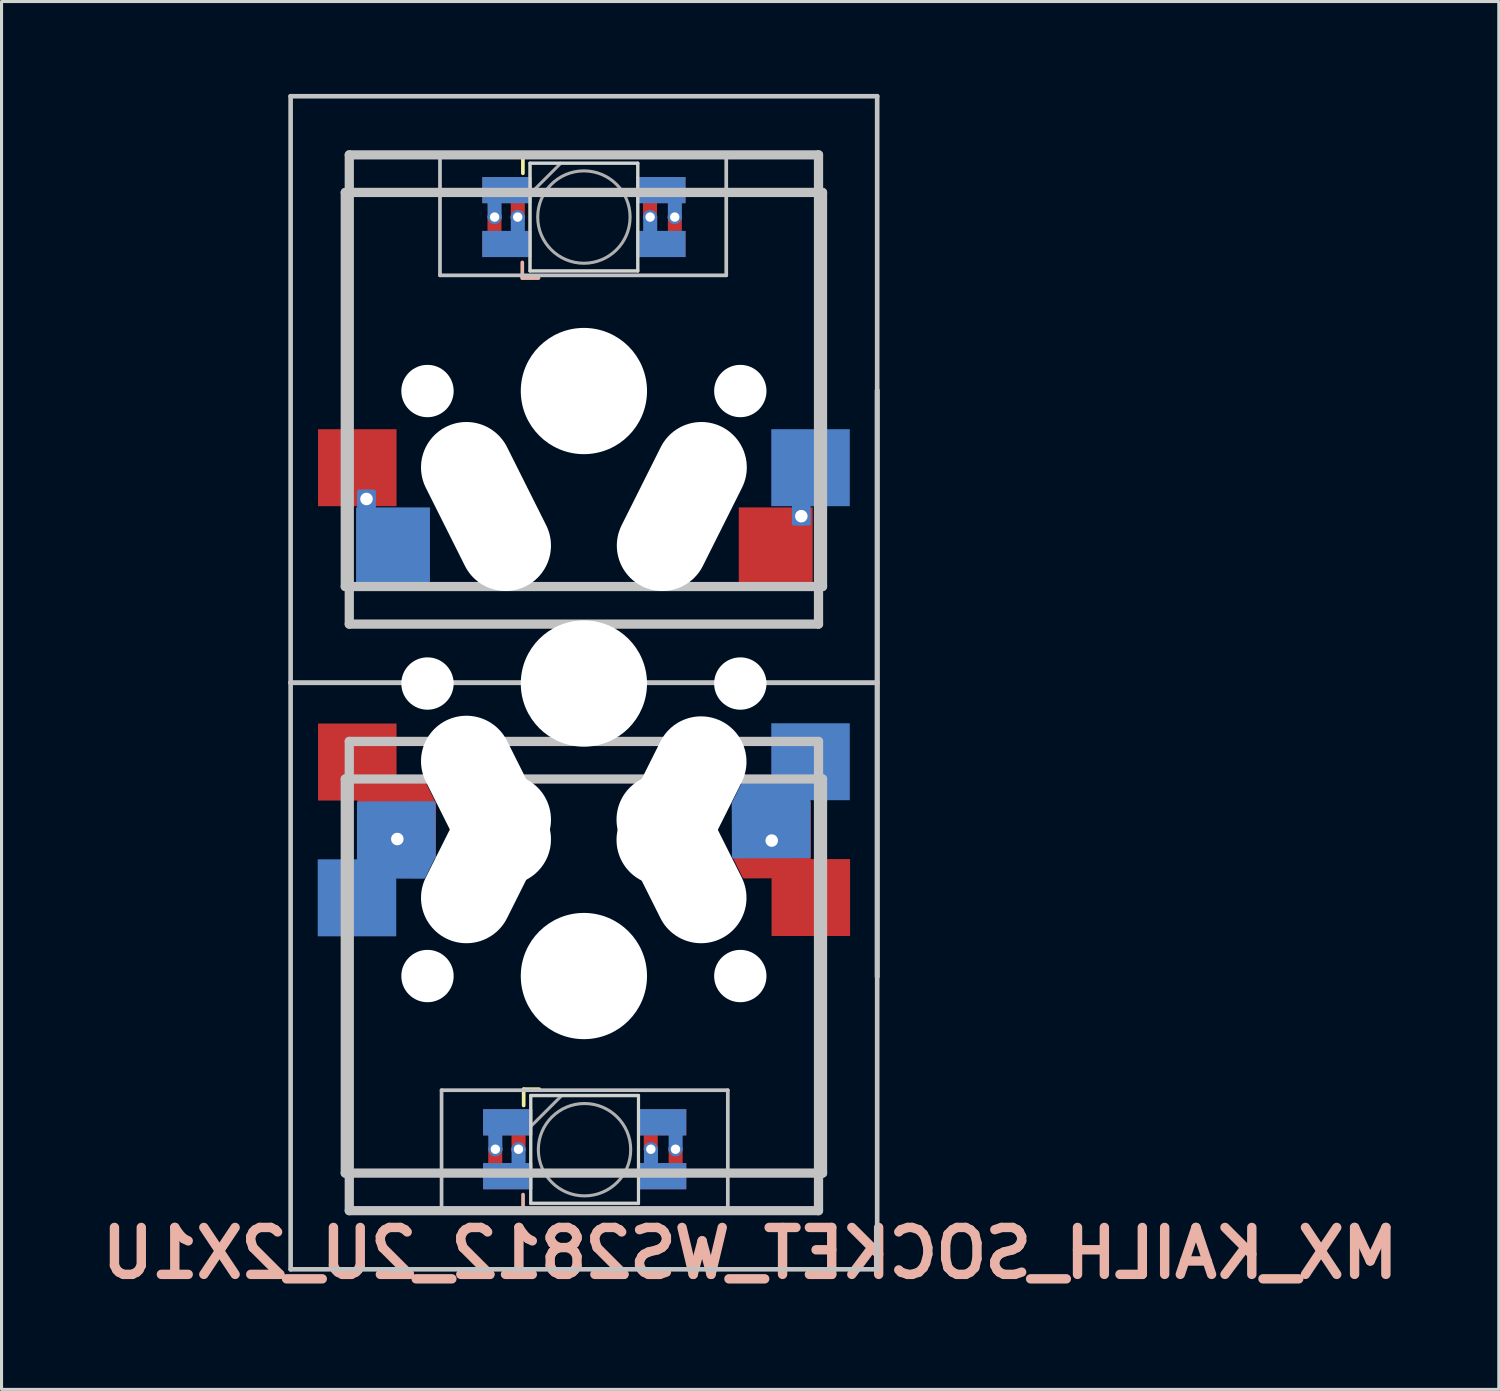
<source format=kicad_pcb>
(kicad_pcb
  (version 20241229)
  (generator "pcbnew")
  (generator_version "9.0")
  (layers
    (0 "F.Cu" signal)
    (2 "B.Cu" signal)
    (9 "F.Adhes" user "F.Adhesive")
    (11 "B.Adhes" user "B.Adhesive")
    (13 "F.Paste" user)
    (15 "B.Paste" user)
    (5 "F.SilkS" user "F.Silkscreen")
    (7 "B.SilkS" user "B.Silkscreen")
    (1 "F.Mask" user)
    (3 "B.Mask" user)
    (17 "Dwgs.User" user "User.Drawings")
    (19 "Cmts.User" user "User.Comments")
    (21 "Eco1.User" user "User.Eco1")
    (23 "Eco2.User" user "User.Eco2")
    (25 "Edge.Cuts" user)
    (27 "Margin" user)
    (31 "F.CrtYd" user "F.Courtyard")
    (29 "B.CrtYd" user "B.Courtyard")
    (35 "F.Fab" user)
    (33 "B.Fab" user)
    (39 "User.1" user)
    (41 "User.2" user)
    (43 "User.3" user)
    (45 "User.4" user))
  (footprint "MX_KAILH_SOCKET_WS2812_2U_2X1U"
    (layer "F.Cu")
    (at 15.914 19.15)
    (property "Reference" "MX_KAILH_SOCKET_WS2812_2U_2X1U" (at 5.4 18.5 0) (layer "B.SilkS") (effects (font (size 1.524 1.524) (thickness 0.305)) (justify mirror)))
    (attr through_hole)
    (fp_poly (pts (xy -1.75 -15.65) (xy -3.25 -15.65) (xy -3.25 -16.4) (xy -1.75 -16.4)) (stroke (width 0.1) (type solid)) (fill yes) (layer "F.Mask"))
    (fp_poly (pts (xy -1.75 -13.9) (xy -3.25 -13.9) (xy -3.25 -14.65) (xy -1.75 -14.65)) (stroke (width 0.1) (type solid)) (fill yes) (layer "F.Mask"))
    (fp_poly (pts (xy -1.725 14.625) (xy -3.225 14.625) (xy -3.225 13.875) (xy -1.725 13.875)) (stroke (width 0.1) (type solid)) (fill yes) (layer "F.Mask"))
    (fp_poly (pts (xy -1.725 16.375) (xy -3.225 16.375) (xy -3.225 15.625) (xy -1.725 15.625)) (stroke (width 0.1) (type solid)) (fill yes) (layer "F.Mask"))
    (fp_poly (pts (xy 3.25 -15.65) (xy 1.75 -15.65) (xy 1.75 -16.4) (xy 3.25 -16.4)) (stroke (width 0.1) (type solid)) (fill yes) (layer "F.Mask"))
    (fp_poly (pts (xy 3.25 -13.9) (xy 1.75 -13.9) (xy 1.75 -14.65) (xy 3.25 -14.65)) (stroke (width 0.1) (type solid)) (fill yes) (layer "F.Mask"))
    (fp_poly (pts (xy 3.275 14.625) (xy 1.775 14.625) (xy 1.775 13.875) (xy 3.275 13.875)) (stroke (width 0.1) (type solid)) (fill yes) (layer "F.Mask"))
    (fp_poly (pts (xy 3.275 16.375) (xy 1.775 16.375) (xy 1.775 15.625) (xy 3.275 15.625)) (stroke (width 0.1) (type solid)) (fill yes) (layer "F.Mask"))
    (fp_poly (pts (xy -6.807 5.792) (xy -7.315 5.792) (xy -7.315 5.131) (xy -6.807 5.131)) (stroke (width 0.1) (type solid)) (fill yes) (layer "B.Cu"))
    (fp_poly (pts (xy -5.05 -3.296) (xy -7.361 -3.29) (xy -7.361 -5.69) (xy -5.05 -5.697)) (stroke (width 0.1) (type solid)) (fill yes) (layer "B.Mask"))
    (fp_poly (pts (xy -1.75 -15.65) (xy -3.25 -15.65) (xy -3.25 -16.4) (xy -1.75 -16.4)) (stroke (width 0.1) (type solid)) (fill yes) (layer "B.Mask"))
    (fp_poly (pts (xy -1.75 -13.9) (xy -3.25 -13.9) (xy -3.25 -14.65) (xy -1.75 -14.65)) (stroke (width 0.1) (type solid)) (fill yes) (layer "B.Mask"))
    (fp_poly (pts (xy -1.725 14.625) (xy -3.225 14.625) (xy -3.225 13.875) (xy -1.725 13.875)) (stroke (width 0.1) (type solid)) (fill yes) (layer "B.Mask"))
    (fp_poly (pts (xy -1.725 16.375) (xy -3.225 16.375) (xy -3.225 15.625) (xy -1.725 15.625)) (stroke (width 0.1) (type solid)) (fill yes) (layer "B.Mask"))
    (fp_poly (pts (xy 3.25 -15.65) (xy 1.75 -15.65) (xy 1.75 -16.4) (xy 3.25 -16.4)) (stroke (width 0.1) (type solid)) (fill yes) (layer "B.Mask"))
    (fp_poly (pts (xy 3.25 -13.9) (xy 1.75 -13.9) (xy 1.75 -14.65) (xy 3.25 -14.65)) (stroke (width 0.1) (type solid)) (fill yes) (layer "B.Mask"))
    (fp_poly (pts (xy 3.275 14.625) (xy 1.775 14.625) (xy 1.775 13.875) (xy 3.275 13.875)) (stroke (width 0.1) (type solid)) (fill yes) (layer "B.Mask"))
    (fp_poly (pts (xy 3.275 16.375) (xy 1.775 16.375) (xy 1.775 15.625) (xy 3.275 15.625)) (stroke (width 0.1) (type solid)) (fill yes) (layer "B.Mask"))
    (fp_poly (pts (xy 8.585 -5.806) (xy 6.134 -5.8) (xy 6.134 -8.2) (xy 8.585 -8.207)) (stroke (width 0.1) (type solid)) (fill yes) (layer "B.Mask"))
    (fp_line (start -1.981 -17.1) (end -1.981 -16.572) (stroke (width 0.12) (type solid)) (layer "F.SilkS"))
    (fp_line (start -1.956 13.175) (end -1.956 13.703) (stroke (width 0.12) (type solid)) (layer "F.SilkS"))
    (fp_line (start -1.473 -17.1) (end -1.981 -17.1) (stroke (width 0.12) (type solid)) (layer "F.SilkS"))
    (fp_line (start -1.448 13.175) (end -1.956 13.175) (stroke (width 0.12) (type solid)) (layer "F.SilkS"))
    (fp_line (start -2.001 -13.677) (end -2.001 -13.169) (stroke (width 0.12) (type solid)) (layer "B.SilkS"))
    (fp_line (start -2.001 -13.169) (end -1.473 -13.169) (stroke (width 0.12) (type solid)) (layer "B.SilkS"))
    (fp_line (start -1.976 16.598) (end -1.976 17.106) (stroke (width 0.12) (type solid)) (layer "B.SilkS"))
    (fp_line (start -1.976 17.106) (end -1.448 17.106) (stroke (width 0.12) (type solid)) (layer "B.SilkS"))
    (fp_poly (pts (xy -1.75 -15.65) (xy -3.25 -15.65) (xy -3.25 -16.4) (xy -1.75 -16.4)) (stroke (width 0.1) (type solid)) (fill yes) (layer "F.Paste"))
    (fp_poly (pts (xy -1.75 -13.897) (xy -3.25 -13.897) (xy -3.25 -14.647) (xy -1.75 -14.647)) (stroke (width 0.1) (type solid)) (fill yes) (layer "F.Paste"))
    (fp_poly (pts (xy -1.725 14.625) (xy -3.225 14.625) (xy -3.225 13.875) (xy -1.725 13.875)) (stroke (width 0.1) (type solid)) (fill yes) (layer "F.Paste"))
    (fp_poly (pts (xy -1.725 16.378) (xy -3.225 16.378) (xy -3.225 15.628) (xy -1.725 15.628)) (stroke (width 0.1) (type solid)) (fill yes) (layer "F.Paste"))
    (fp_poly (pts (xy 3.245 -15.65) (xy 1.745 -15.65) (xy 1.745 -16.4) (xy 3.245 -16.4)) (stroke (width 0.1) (type solid)) (fill yes) (layer "F.Paste"))
    (fp_poly (pts (xy 3.245 -13.897) (xy 1.745 -13.897) (xy 1.745 -14.647) (xy 3.245 -14.647)) (stroke (width 0.1) (type solid)) (fill yes) (layer "F.Paste"))
    (fp_poly (pts (xy 3.27 14.625) (xy 1.77 14.625) (xy 1.77 13.875) (xy 3.27 13.875)) (stroke (width 0.1) (type solid)) (fill yes) (layer "F.Paste"))
    (fp_poly (pts (xy 3.27 16.378) (xy 1.77 16.378) (xy 1.77 15.628) (xy 3.27 15.628)) (stroke (width 0.1) (type solid)) (fill yes) (layer "F.Paste"))
    (fp_poly (pts (xy -5.05 -3.296) (xy -7.351 -3.29) (xy -7.351 -5.69) (xy -5.05 -5.697)) (stroke (width 0.1) (type solid)) (fill yes) (layer "B.Paste"))
    (fp_poly (pts (xy -1.75 -15.65) (xy -3.25 -15.65) (xy -3.25 -16.4) (xy -1.75 -16.4)) (stroke (width 0.1) (type solid)) (fill yes) (layer "B.Paste"))
    (fp_poly (pts (xy -1.75 -13.897) (xy -3.25 -13.897) (xy -3.25 -14.647) (xy -1.75 -14.647)) (stroke (width 0.1) (type solid)) (fill yes) (layer "B.Paste"))
    (fp_poly (pts (xy -1.725 14.625) (xy -3.225 14.625) (xy -3.225 13.875) (xy -1.725 13.875)) (stroke (width 0.1) (type solid)) (fill yes) (layer "B.Paste"))
    (fp_poly (pts (xy -1.725 16.378) (xy -3.225 16.378) (xy -3.225 15.628) (xy -1.725 15.628)) (stroke (width 0.1) (type solid)) (fill yes) (layer "B.Paste"))
    (fp_poly (pts (xy 3.245 -15.65) (xy 1.745 -15.65) (xy 1.745 -16.4) (xy 3.245 -16.4)) (stroke (width 0.1) (type solid)) (fill yes) (layer "B.Paste"))
    (fp_poly (pts (xy 3.245 -13.897) (xy 1.745 -13.897) (xy 1.745 -14.647) (xy 3.245 -14.647)) (stroke (width 0.1) (type solid)) (fill yes) (layer "B.Paste"))
    (fp_poly (pts (xy 3.27 14.625) (xy 1.77 14.625) (xy 1.77 13.875) (xy 3.27 13.875)) (stroke (width 0.1) (type solid)) (fill yes) (layer "B.Paste"))
    (fp_poly (pts (xy 3.27 16.378) (xy 1.77 16.378) (xy 1.77 15.628) (xy 3.27 15.628)) (stroke (width 0.1) (type solid)) (fill yes) (layer "B.Paste"))
    (fp_poly (pts (xy 8.585 -5.806) (xy 6.134 -5.8) (xy 6.134 -8.2) (xy 8.585 -8.207)) (stroke (width 0.1) (type solid)) (fill yes) (layer "B.Paste"))
    (fp_line (start -9.525 -19.075) (end 9.525 -19.075) (stroke (width 0.15) (type solid)) (layer "Dwgs.User"))
    (fp_line (start -9.525 -0.025) (end -9.525 -19.075) (stroke (width 0.15) (type solid)) (layer "Dwgs.User"))
    (fp_line (start -9.525 -0.025) (end 9.525 -0.025) (stroke (width 0.15) (type solid)) (layer "Dwgs.User"))
    (fp_line (start -9.525 19.025) (end -9.525 -0.025) (stroke (width 0.15) (type solid)) (layer "Dwgs.User"))
    (fp_line (start -7.75 -15.95) (end -7.75 -3.15) (stroke (width 0.3) (type solid)) (layer "Dwgs.User"))
    (fp_line (start -7.75 -3.15) (end 7.75 -3.15) (stroke (width 0.3) (type solid)) (layer "Dwgs.User"))
    (fp_line (start -7.75 15.9) (end -7.75 3.1) (stroke (width 0.3) (type solid)) (layer "Dwgs.User"))
    (fp_line (start -7.75 15.9) (end 7.75 15.9) (stroke (width 0.3) (type solid)) (layer "Dwgs.User"))
    (fp_line (start -7.62 -17.17) (end 7.62 -17.17) (stroke (width 0.3) (type solid)) (layer "Dwgs.User"))
    (fp_line (start -7.62 -1.93) (end -7.62 -17.17) (stroke (width 0.3) (type solid)) (layer "Dwgs.User"))
    (fp_line (start -7.62 1.88) (end 7.62 1.88) (stroke (width 0.3) (type solid)) (layer "Dwgs.User"))
    (fp_line (start -7.62 17.12) (end -7.62 1.88) (stroke (width 0.3) (type solid)) (layer "Dwgs.User"))
    (fp_line (start -4.674 -13.258) (end -4.674 -17.221) (stroke (width 0.12) (type solid)) (layer "Dwgs.User"))
    (fp_line (start -4.674 -13.258) (end 4.623 -13.258) (stroke (width 0.12) (type solid)) (layer "Dwgs.User"))
    (fp_line (start -4.623 13.208) (end -4.623 17.171) (stroke (width 0.12) (type solid)) (layer "Dwgs.User"))
    (fp_line (start 4.623 -13.258) (end 4.623 -17.221) (stroke (width 0.12) (type solid)) (layer "Dwgs.User"))
    (fp_line (start 4.674 13.208) (end -4.623 13.208) (stroke (width 0.12) (type solid)) (layer "Dwgs.User"))
    (fp_line (start 4.674 13.208) (end 4.674 17.171) (stroke (width 0.12) (type solid)) (layer "Dwgs.User"))
    (fp_line (start 7.62 -17.17) (end 7.62 -1.93) (stroke (width 0.3) (type solid)) (layer "Dwgs.User"))
    (fp_line (start 7.62 -1.93) (end -7.62 -1.93) (stroke (width 0.3) (type solid)) (layer "Dwgs.User"))
    (fp_line (start 7.62 1.88) (end 7.62 17.12) (stroke (width 0.3) (type solid)) (layer "Dwgs.User"))
    (fp_line (start 7.62 17.12) (end -7.62 17.12) (stroke (width 0.3) (type solid)) (layer "Dwgs.User"))
    (fp_line (start 7.75 -15.95) (end -7.75 -15.95) (stroke (width 0.3) (type solid)) (layer "Dwgs.User"))
    (fp_line (start 7.75 -15.95) (end 7.75 -3.15) (stroke (width 0.3) (type solid)) (layer "Dwgs.User"))
    (fp_line (start 7.75 3.1) (end -7.75 3.1) (stroke (width 0.3) (type solid)) (layer "Dwgs.User"))
    (fp_line (start 7.75 15.9) (end 7.75 3.1) (stroke (width 0.3) (type solid)) (layer "Dwgs.User"))
    (fp_line (start 9.525 -19.075) (end 9.525 -0.025) (stroke (width 0.15) (type solid)) (layer "Dwgs.User"))
    (fp_line (start 9.525 -9.525) (end 9.525 9.525) (stroke (width 0.15) (type solid)) (layer "Dwgs.User"))
    (fp_line (start 9.525 -0.025) (end -9.525 -0.025) (stroke (width 0.15) (type solid)) (layer "Dwgs.User"))
    (fp_line (start 9.525 -0.025) (end 9.525 19.025) (stroke (width 0.15) (type solid)) (layer "Dwgs.User"))
    (fp_line (start 9.525 9.525) (end 9.525 -9.525) (stroke (width 0.15) (type solid)) (layer "Dwgs.User"))
    (fp_line (start 9.525 19.025) (end -9.525 19.025) (stroke (width 0.15) (type solid)) (layer "Dwgs.User"))
    (fp_line (start -1.75 -16.9) (end -1.75 -13.4) (stroke (width 0.1) (type solid)) (layer "Edge.Cuts"))
    (fp_line (start -1.75 -13.4) (end 1.75 -13.4) (stroke (width 0.1) (type solid)) (layer "Edge.Cuts"))
    (fp_line (start -1.725 13.375) (end -1.725 16.875) (stroke (width 0.1) (type solid)) (layer "Edge.Cuts"))
    (fp_line (start -1.725 16.875) (end 1.775 16.875) (stroke (width 0.1) (type solid)) (layer "Edge.Cuts"))
    (fp_line (start 1.75 -16.9) (end -1.75 -16.9) (stroke (width 0.1) (type solid)) (layer "Edge.Cuts"))
    (fp_line (start 1.75 -13.4) (end 1.75 -16.9) (stroke (width 0.1) (type solid)) (layer "Edge.Cuts"))
    (fp_line (start 1.775 13.375) (end -1.725 13.375) (stroke (width 0.1) (type solid)) (layer "Edge.Cuts"))
    (fp_line (start 1.775 16.875) (end 1.775 13.375) (stroke (width 0.1) (type solid)) (layer "Edge.Cuts"))
    (fp_line (start -1.75 -16.9) (end -1.75 -13.4) (stroke (width 0.1) (type solid)) (layer "F.Fab"))
    (fp_line (start -1.75 -15.9) (end -0.75 -16.9) (stroke (width 0.1) (type solid)) (layer "F.Fab"))
    (fp_line (start -1.75 -13.4) (end 1.75 -13.4) (stroke (width 0.1) (type solid)) (layer "F.Fab"))
    (fp_line (start -1.73 13.39) (end -1.73 16.89) (stroke (width 0.1) (type solid)) (layer "F.Fab"))
    (fp_line (start -1.73 14.39) (end -0.73 13.39) (stroke (width 0.1) (type solid)) (layer "F.Fab"))
    (fp_line (start -1.73 16.89) (end 1.77 16.89) (stroke (width 0.1) (type solid)) (layer "F.Fab"))
    (fp_line (start 1.75 -16.9) (end -1.75 -16.9) (stroke (width 0.1) (type solid)) (layer "F.Fab"))
    (fp_line (start 1.75 -13.4) (end 1.75 -16.9) (stroke (width 0.1) (type solid)) (layer "F.Fab"))
    (fp_line (start 1.77 13.39) (end -1.73 13.39) (stroke (width 0.1) (type solid)) (layer "F.Fab"))
    (fp_line (start 1.77 16.89) (end 1.77 13.39) (stroke (width 0.1) (type solid)) (layer "F.Fab"))
    (fp_circle (center 0 -15.15) (end 0 -13.65) (stroke (width 0.1) (type solid)) (fill no) (layer "F.Fab"))
    (fp_circle (center 0.02 15.14) (end 0.02 16.64) (stroke (width 0.1) (type solid)) (fill no) (layer "F.Fab"))
    (pad "" np_thru_hole circle (at -5.08 -9.5) (size 1.7 1.7) (drill 1.7) (layers "*.Cu" "*.Mask"))
    (pad "" np_thru_hole circle (at -5.08 0) (size 1.7 1.7) (drill 1.7) (layers "*.Cu" "*.Mask"))
    (pad "" np_thru_hole circle (at -5.08 9.5) (size 1.7 1.7) (drill 1.7) (layers "*.Cu" "*.Mask"))
    (pad "" np_thru_hole oval (at -3.18 -5.75 26.6) (size 2.95 5.789) (drill oval 2.95 5.789) (layers "*.Cu" "*.Mask"))
    (pad "" np_thru_hole oval (at -3.18 3.79 26.6) (size 2.95 5.789) (drill oval 2.95 5.789) (layers "*.Cu" "*.Mask"))
    (pad "" np_thru_hole oval (at -3.18 5.69 153.4) (size 2.95 5.789) (drill oval 2.95 5.789) (layers "*.Cu" "*.Mask"))
    (pad "" np_thru_hole circle (at 0 -9.5 90) (size 4.1 4.1) (drill 4.1) (layers "*.Cu" "*.Mask"))
    (pad "" np_thru_hole circle (at 0 0 90) (size 4.1 4.1) (drill 4.1) (layers "*.Cu" "*.Mask"))
    (pad "" np_thru_hole circle (at 0 9.5 90) (size 4.1 4.1) (drill 4.1) (layers "*.Cu" "*.Mask"))
    (pad "" np_thru_hole oval (at 3.17 3.81 333.4) (size 2.95 5.789) (drill oval 2.95 5.789) (layers "*.Cu" "*.Mask"))
    (pad "" np_thru_hole oval (at 3.17 5.69 206.6) (size 2.95 5.789) (drill oval 2.95 5.789) (layers "*.Cu" "*.Mask"))
    (pad "" np_thru_hole oval (at 3.18 -5.75 333.4) (size 2.95 5.789) (drill oval 2.95 5.789) (layers "*.Cu" "*.Mask"))
    (pad "" np_thru_hole circle (at 5.08 -9.5) (size 1.7 1.7) (drill 1.7) (layers "*.Cu" "*.Mask"))
    (pad "" np_thru_hole circle (at 5.08 0) (size 1.7 1.7) (drill 1.7) (layers "*.Cu" "*.Mask"))
    (pad "" np_thru_hole circle (at 5.08 9.5) (size 1.7 1.7) (drill 1.7) (layers "*.Cu" "*.Mask"))
    (pad "1" thru_hole circle (at 2.15 -15.15) (size 0.457 0.457) (drill 0.305) (layers "*.Cu"))
    (pad "1" smd custom (at 2.5 -16.025 180) (size 1.6 0.85) (layers "F.Cu") (options (anchor rect)) (primitives (gr_poly (pts (xy 0.531 -0.898) (xy 0.531 -0.275) (xy 0.175 -0.275) (xy 0.175 -0.898)) (width 0.1) (fill yes))))
    (pad "1" smd custom (at 2.5 -14.275 180) (size 1.6 0.85) (layers "B.Cu") (options (anchor rect)) (primitives (gr_poly (pts (xy 0.525 0.896) (xy 0.169 0.896) (xy 0.169 0.325) (xy 0.525 0.325)) (width 0.1) (fill yes))))
    (pad "2" smd custom (at 2.5 -16.025) (size 1.6 0.85) (layers "B.Cu") (options (anchor rect)) (primitives (gr_poly (pts (xy 0.632 0.888) (xy 0.277 0.888) (xy 0.277 0.325) (xy 0.632 0.325)) (width 0.1) (fill yes))))
    (pad "2" smd custom (at 2.5 -14.275) (size 1.6 0.85) (layers "F.Cu") (options (anchor rect)) (primitives (gr_poly (pts (xy 0.632 -0.869) (xy 0.632 -0.296) (xy 0.277 -0.296) (xy 0.277 -0.869)) (width 0.1) (fill yes))))
    (pad "2" thru_hole circle (at 2.95 -15.15) (size 0.457 0.457) (drill 0.305) (layers "*.Cu"))
    (pad "3" thru_hole circle (at -2.9 -15.15) (size 0.457 0.457) (drill 0.305) (layers "*.Cu"))
    (pad "3" smd custom (at -2.5 -16.025) (size 1.6 0.85) (layers "B.Cu") (options (anchor rect)) (primitives (gr_poly (pts (xy -0.222 0.888) (xy -0.578 0.888) (xy -0.582 0.325) (xy -0.226 0.325)) (width 0.1) (fill yes))))
    (pad "3" smd custom (at -2.5 -14.275) (size 1.6 0.85) (layers "F.Cu") (options (anchor rect)) (primitives (gr_poly (pts (xy -0.226 -0.887) (xy -0.226 -0.354) (xy -0.582 -0.354) (xy -0.582 -0.887)) (width 0.1) (fill yes))))
    (pad "4" smd custom (at -2.5 -16.025 180) (size 1.6 0.85) (layers "F.Cu") (options (anchor rect)) (primitives (gr_poly (pts (xy -0.175 -0.906) (xy -0.175 -0.175) (xy -0.531 -0.178) (xy -0.531 -0.903)) (width 0.1) (fill yes))))
    (pad "4" smd custom (at -2.5 -14.275 180) (size 1.6 0.85) (layers "B.Cu") (options (anchor rect)) (primitives (gr_poly (pts (xy -0.175 0.886) (xy -0.531 0.886) (xy -0.531 0.175) (xy -0.175 0.175)) (width 0.1) (fill yes))))
    (pad "4" thru_hole circle (at -2.15 -15.15) (size 0.457 0.457) (drill 0.305) (layers "*.Cu"))
    (pad "5" thru_hole circle (at 2.175 15.125) (size 0.457 0.457) (drill 0.305) (layers "*.Cu"))
    (pad "5" smd custom (at 2.525 14.25 180) (size 1.6 0.85) (layers "F.Cu") (options (anchor rect)) (primitives (gr_poly (pts (xy 0.531 -0.898) (xy 0.531 -0.275) (xy 0.175 -0.275) (xy 0.175 -0.898)) (width 0.1) (fill yes))))
    (pad "5" smd custom (at 2.525 16 180) (size 1.6 0.85) (layers "B.Cu") (options (anchor rect)) (primitives (gr_poly (pts (xy 0.525 0.896) (xy 0.169 0.896) (xy 0.169 0.325) (xy 0.525 0.325)) (width 0.1) (fill yes))))
    (pad "6" smd custom (at 2.525 14.25) (size 1.6 0.85) (layers "B.Cu") (options (anchor rect)) (primitives (gr_poly (pts (xy 0.632 0.888) (xy 0.277 0.888) (xy 0.277 0.325) (xy 0.632 0.325)) (width 0.1) (fill yes))))
    (pad "6" smd custom (at 2.525 16) (size 1.6 0.85) (layers "F.Cu") (options (anchor rect)) (primitives (gr_poly (pts (xy 0.632 -0.869) (xy 0.632 -0.296) (xy 0.277 -0.296) (xy 0.277 -0.869)) (width 0.1) (fill yes))))
    (pad "6" thru_hole circle (at 2.975 15.125) (size 0.457 0.457) (drill 0.305) (layers "*.Cu"))
    (pad "7" thru_hole circle (at -2.875 15.125) (size 0.457 0.457) (drill 0.305) (layers "*.Cu"))
    (pad "7" smd custom (at -2.475 14.25) (size 1.6 0.85) (layers "B.Cu") (options (anchor rect)) (primitives (gr_poly (pts (xy -0.222 0.888) (xy -0.578 0.888) (xy -0.582 0.325) (xy -0.226 0.325)) (width 0.1) (fill yes))))
    (pad "7" smd custom (at -2.475 16) (size 1.6 0.85) (layers "F.Cu") (options (anchor rect)) (primitives (gr_poly (pts (xy -0.226 -0.887) (xy -0.226 -0.354) (xy -0.582 -0.354) (xy -0.582 -0.887)) (width 0.1) (fill yes))))
    (pad "8" smd custom (at -2.475 14.25 180) (size 1.6 0.85) (layers "F.Cu") (options (anchor rect)) (primitives (gr_poly (pts (xy -0.175 -0.906) (xy -0.175 -0.175) (xy -0.531 -0.178) (xy -0.531 -0.903)) (width 0.1) (fill yes))))
    (pad "8" smd custom (at -2.475 16 180) (size 1.6 0.85) (layers "B.Cu") (options (anchor rect)) (primitives (gr_poly (pts (xy -0.175 0.886) (xy -0.531 0.886) (xy -0.531 0.175) (xy -0.175 0.175)) (width 0.1) (fill yes))))
    (pad "8" thru_hole circle (at -2.125 15.125) (size 0.457 0.457) (drill 0.305) (layers "*.Cu"))
    (pad "A" smd rect (at 6.23 -4.47 180) (size 2.4 2.5) (layers "F.Cu" "F.Mask" "F.Paste"))
    (pad "A" thru_hole circle (at 7.061 -5.435) (size 0.61 0.61) (drill 0.406) (layers "*.Cu"))
    (pad "A" smd custom (at 7.36 -7.01) (size 2.55 2.5) (layers "B.Cu") (options (anchor rect)) (primitives (gr_poly (pts (xy -0.553 1.168) (xy -0.045 1.168) (xy -0.045 1.829) (xy -0.553 1.829)) (width 0.1) (fill yes))))
    (pad "B" smd rect (at -7.36 -7.01 180) (size 2.55 2.5) (layers "F.Cu" "F.Mask" "F.Paste"))
    (pad "B" thru_hole circle (at -7.061 -5.994) (size 0.61 0.61) (drill 0.406) (layers "*.Cu"))
    (pad "B" smd custom (at -6.2 -4.47) (size 2.4 2.5) (layers "B.Cu") (options (anchor rect)) (primitives (gr_poly (pts (xy -0.607 -1.118) (xy -1.115 -1.118) (xy -1.115 -1.778) (xy -0.607 -1.778)) (width 0.1) (fill yes))))
    (pad "C" thru_hole circle (at 6.1 5.1) (size 0.61 0.61) (drill 0.406) (layers "*.Cu" "*.Mask"))
    (pad "C" smd custom (at 7.36 2.54) (size 2.55 2.5) (layers "B.Cu" "B.Mask" "B.Paste") (options (anchor rect)) (primitives (gr_poly (pts (xy -0.05 3.08) (xy -2.501 3.087) (xy -2.51 1.36) (xy -2.17 0.67) (xy -0.05 0.68)) (width 0.1) (fill yes))))
    (pad "C" smd custom (at 7.37 6.95 180) (size 2.55 2.5) (layers "F.Cu" "F.Mask" "F.Paste") (options (anchor rect)) (primitives (gr_poly (pts (xy 0.05 3.08) (xy 2.501 3.087) (xy 2.51 1.36) (xy 2.17 0.67) (xy 0.05 0.68)) (width 0.1) (fill yes))))
    (pad "D" smd custom (at -7.37 6.96 180) (size 2.55 2.5) (layers "B.Cu" "B.Mask" "B.Paste") (options (anchor rect)) (primitives (gr_poly (pts (xy -0.05 3.08) (xy -2.501 3.087) (xy -2.51 1.36) (xy -2.17 0.67) (xy -0.05 0.68)) (width 0.1) (fill yes))))
    (pad "D" smd custom (at -7.36 2.55) (size 2.55 2.5) (layers "F.Cu" "F.Mask" "F.Paste") (options (anchor rect)) (primitives (gr_poly (pts (xy 0.05 3.08) (xy 2.501 3.087) (xy 2.51 1.36) (xy 2.17 0.67) (xy 0.05 0.68)) (width 0.1) (fill yes))))
    (pad "D" thru_hole circle (at -6.06 5.05) (size 0.61 0.61) (drill 0.406) (layers "*.Cu" "*.Mask")))
  (gr_rect
    (start -3 -3)
    (end 45.628 42.076)
    (stroke (width 0.1) (type default))
    (fill no)
    (layer "Edge.Cuts")))
</source>
